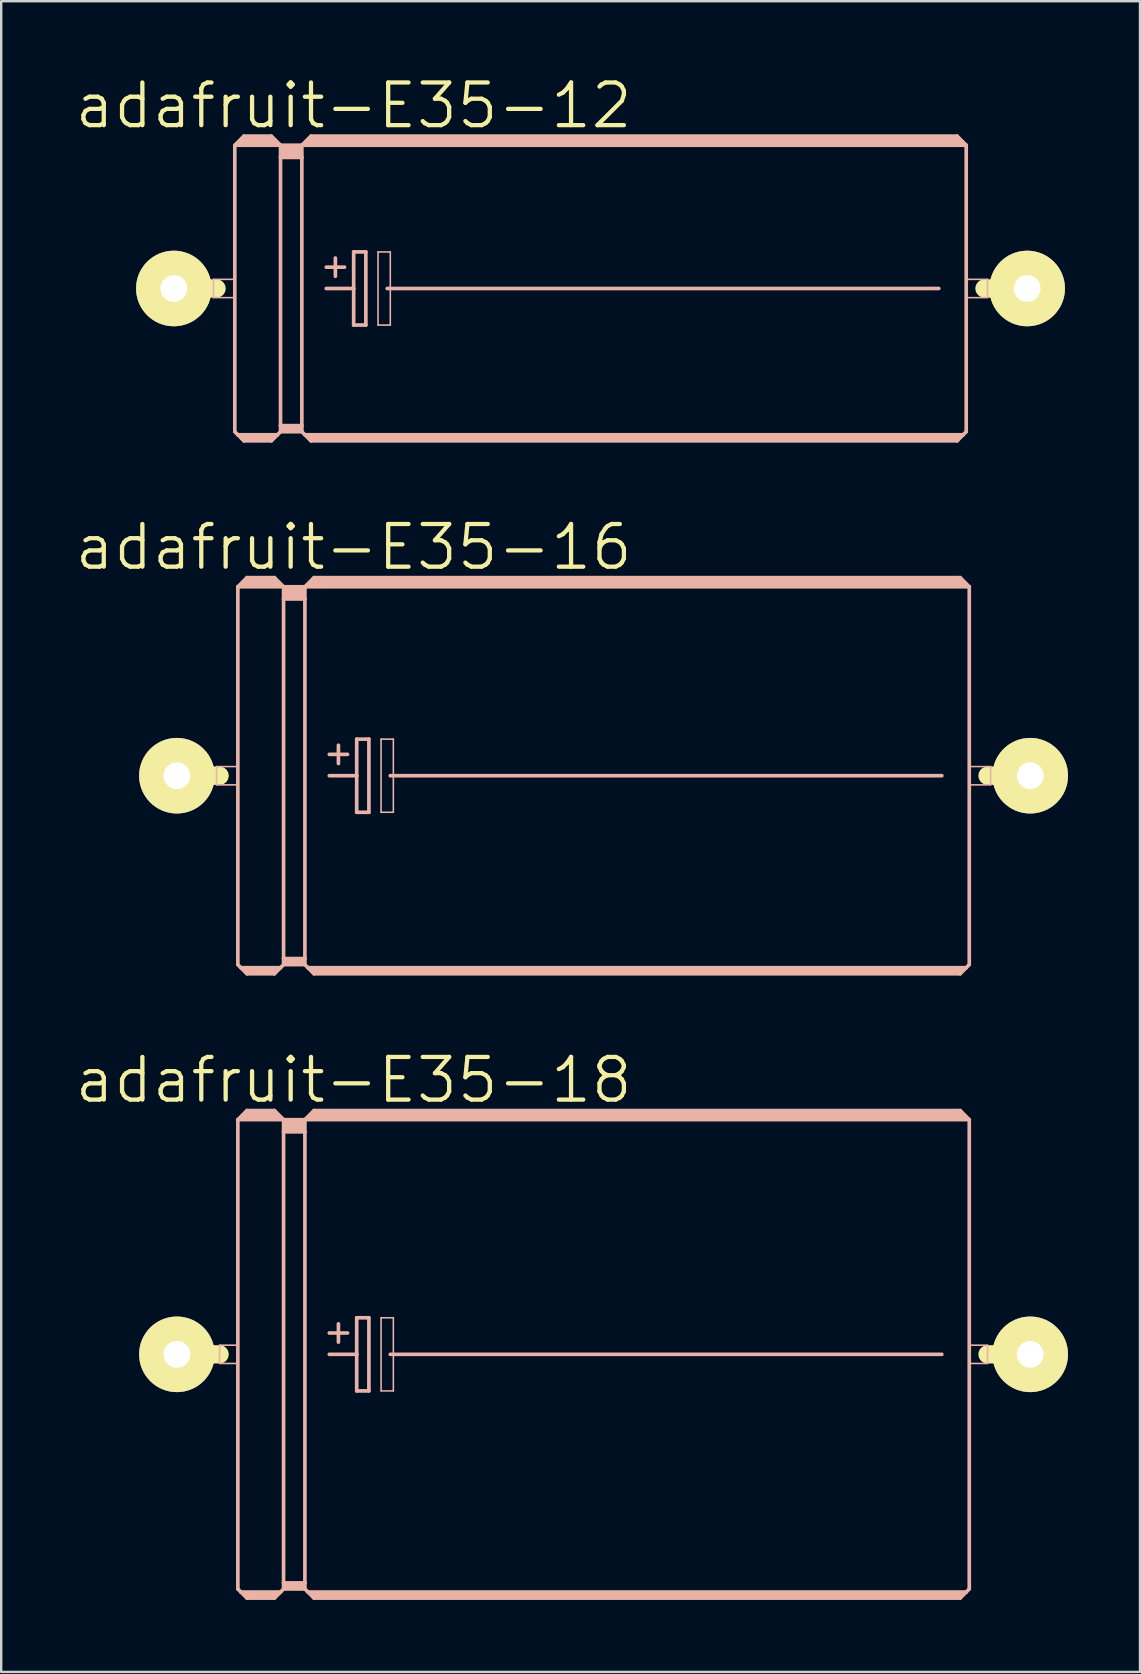
<source format=kicad_pcb>
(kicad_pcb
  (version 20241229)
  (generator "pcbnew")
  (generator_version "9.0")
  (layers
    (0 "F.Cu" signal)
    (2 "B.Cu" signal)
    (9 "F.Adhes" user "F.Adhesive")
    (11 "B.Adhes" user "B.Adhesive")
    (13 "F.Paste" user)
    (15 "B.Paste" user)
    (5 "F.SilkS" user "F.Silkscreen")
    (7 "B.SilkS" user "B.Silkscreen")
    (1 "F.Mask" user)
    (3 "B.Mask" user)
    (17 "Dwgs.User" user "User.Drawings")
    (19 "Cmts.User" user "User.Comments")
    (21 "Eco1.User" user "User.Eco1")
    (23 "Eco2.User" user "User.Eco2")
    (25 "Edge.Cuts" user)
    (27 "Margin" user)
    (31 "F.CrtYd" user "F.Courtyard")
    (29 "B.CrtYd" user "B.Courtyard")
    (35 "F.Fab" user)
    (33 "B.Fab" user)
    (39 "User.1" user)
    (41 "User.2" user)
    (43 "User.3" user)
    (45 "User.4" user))
  (footprint "adafruit-E35-12"
    (layer "F.Cu")
    (at 21.975 8.972)
    (property "Reference" "adafruit-E35-12" (at -10.287 -7.62 0) (layer "F.SilkS") (effects (font (size 1.778 1.778) (thickness 0.178))))
    (attr exclude_from_pos_files exclude_from_bom)
    (fp_line (start -17.78 0) (end -16.002 0) (stroke (width 0.762) (type solid)) (layer "F.SilkS"))
    (fp_line (start 17.78 0) (end 16.002 0) (stroke (width 0.762) (type solid)) (layer "F.SilkS"))
    (fp_line (start -16.129 -0.381) (end -15.24 -0.381) (stroke (width 0.066) (type solid)) (layer "B.SilkS"))
    (fp_line (start -16.129 0.381) (end -16.129 -0.381) (stroke (width 0.066) (type solid)) (layer "B.SilkS"))
    (fp_line (start -16.129 0.381) (end -15.24 0.381) (stroke (width 0.066) (type solid)) (layer "B.SilkS"))
    (fp_line (start -15.24 -5.969) (end -15.24 5.969) (stroke (width 0.152) (type solid)) (layer "B.SilkS"))
    (fp_line (start -15.24 -5.969) (end -14.859 -6.35) (stroke (width 0.152) (type solid)) (layer "B.SilkS"))
    (fp_line (start -15.24 -5.969) (end -13.335 -5.969) (stroke (width 0.152) (type solid)) (layer "B.SilkS"))
    (fp_line (start -15.24 0.381) (end -15.24 -0.381) (stroke (width 0.066) (type solid)) (layer "B.SilkS"))
    (fp_line (start -15.24 5.969) (end -15.113 6.096) (stroke (width 0.152) (type solid)) (layer "B.SilkS"))
    (fp_line (start -15.113 6.096) (end -14.859 6.35) (stroke (width 0.152) (type solid)) (layer "B.SilkS"))
    (fp_line (start -15.113 6.096) (end -13.462 6.096) (stroke (width 0.152) (type solid)) (layer "B.SilkS"))
    (fp_line (start -14.986 -6.096) (end -13.589 -6.096) (stroke (width 0.305) (type solid)) (layer "B.SilkS"))
    (fp_line (start -14.859 -6.35) (end -13.716 -6.35) (stroke (width 0.152) (type solid)) (layer "B.SilkS"))
    (fp_line (start -14.859 -6.223) (end -13.716 -6.223) (stroke (width 0.305) (type solid)) (layer "B.SilkS"))
    (fp_line (start -14.859 6.223) (end -13.716 6.223) (stroke (width 0.305) (type solid)) (layer "B.SilkS"))
    (fp_line (start -14.859 6.35) (end -13.716 6.35) (stroke (width 0.152) (type solid)) (layer "B.SilkS"))
    (fp_line (start -13.462 6.096) (end -13.716 6.35) (stroke (width 0.152) (type solid)) (layer "B.SilkS"))
    (fp_line (start -13.335 -5.969) (end -13.716 -6.35) (stroke (width 0.152) (type solid)) (layer "B.SilkS"))
    (fp_line (start -13.335 -5.969) (end -13.335 -5.461) (stroke (width 0.152) (type solid)) (layer "B.SilkS"))
    (fp_line (start -13.335 -5.969) (end -12.446 -5.969) (stroke (width 0.152) (type solid)) (layer "B.SilkS"))
    (fp_line (start -13.335 -5.461) (end -13.335 5.715) (stroke (width 0.152) (type solid)) (layer "B.SilkS"))
    (fp_line (start -13.335 -5.461) (end -12.446 -5.461) (stroke (width 0.152) (type solid)) (layer "B.SilkS"))
    (fp_line (start -13.335 5.715) (end -13.335 5.969) (stroke (width 0.152) (type solid)) (layer "B.SilkS"))
    (fp_line (start -13.335 5.715) (end -12.446 5.715) (stroke (width 0.152) (type solid)) (layer "B.SilkS"))
    (fp_line (start -13.335 5.969) (end -13.462 6.096) (stroke (width 0.152) (type solid)) (layer "B.SilkS"))
    (fp_line (start -13.335 5.969) (end -12.446 5.969) (stroke (width 0.152) (type solid)) (layer "B.SilkS"))
    (fp_line (start -13.208 -5.842) (end -12.573 -5.842) (stroke (width 0.305) (type solid)) (layer "B.SilkS"))
    (fp_line (start -13.208 -5.588) (end -12.573 -5.588) (stroke (width 0.305) (type solid)) (layer "B.SilkS"))
    (fp_line (start -13.208 5.842) (end -12.573 5.842) (stroke (width 0.305) (type solid)) (layer "B.SilkS"))
    (fp_line (start -12.446 -5.969) (end -12.446 -5.461) (stroke (width 0.152) (type solid)) (layer "B.SilkS"))
    (fp_line (start -12.446 -5.969) (end -12.065 -6.35) (stroke (width 0.152) (type solid)) (layer "B.SilkS"))
    (fp_line (start -12.446 -5.969) (end 15.24 -5.969) (stroke (width 0.152) (type solid)) (layer "B.SilkS"))
    (fp_line (start -12.446 -5.461) (end -12.446 5.715) (stroke (width 0.152) (type solid)) (layer "B.SilkS"))
    (fp_line (start -12.446 5.715) (end -12.446 5.969) (stroke (width 0.152) (type solid)) (layer "B.SilkS"))
    (fp_line (start -12.319 6.096) (end -12.446 5.969) (stroke (width 0.152) (type solid)) (layer "B.SilkS"))
    (fp_line (start -12.319 6.096) (end 15.113 6.096) (stroke (width 0.152) (type solid)) (layer "B.SilkS"))
    (fp_line (start -12.192 -6.096) (end 14.986 -6.096) (stroke (width 0.305) (type solid)) (layer "B.SilkS"))
    (fp_line (start -12.065 -6.223) (end 14.859 -6.223) (stroke (width 0.305) (type solid)) (layer "B.SilkS"))
    (fp_line (start -12.065 6.223) (end 14.859 6.223) (stroke (width 0.305) (type solid)) (layer "B.SilkS"))
    (fp_line (start -12.065 6.35) (end -12.319 6.096) (stroke (width 0.152) (type solid)) (layer "B.SilkS"))
    (fp_line (start -11.43 -0.889) (end -10.668 -0.889) (stroke (width 0.152) (type solid)) (layer "B.SilkS"))
    (fp_line (start -11.43 0) (end -10.287 0) (stroke (width 0.152) (type solid)) (layer "B.SilkS"))
    (fp_line (start -11.049 -1.27) (end -11.049 -0.508) (stroke (width 0.152) (type solid)) (layer "B.SilkS"))
    (fp_line (start -10.287 -1.524) (end -10.287 0) (stroke (width 0.152) (type solid)) (layer "B.SilkS"))
    (fp_line (start -10.287 0) (end -10.287 1.524) (stroke (width 0.152) (type solid)) (layer "B.SilkS"))
    (fp_line (start -10.287 1.524) (end -9.779 1.524) (stroke (width 0.152) (type solid)) (layer "B.SilkS"))
    (fp_line (start -9.779 -1.524) (end -10.287 -1.524) (stroke (width 0.152) (type solid)) (layer "B.SilkS"))
    (fp_line (start -9.779 1.524) (end -9.779 -1.524) (stroke (width 0.152) (type solid)) (layer "B.SilkS"))
    (fp_line (start -9.271 -1.524) (end -8.76 -1.524) (stroke (width 0.066) (type solid)) (layer "B.SilkS"))
    (fp_line (start -9.271 1.524) (end -9.271 -1.524) (stroke (width 0.066) (type solid)) (layer "B.SilkS"))
    (fp_line (start -9.271 1.524) (end -8.76 1.524) (stroke (width 0.066) (type solid)) (layer "B.SilkS"))
    (fp_line (start -8.89 0) (end 14.097 0) (stroke (width 0.152) (type solid)) (layer "B.SilkS"))
    (fp_line (start -8.76 1.524) (end -8.76 -1.524) (stroke (width 0.066) (type solid)) (layer "B.SilkS"))
    (fp_line (start 14.859 -6.35) (end -12.065 -6.35) (stroke (width 0.152) (type solid)) (layer "B.SilkS"))
    (fp_line (start 14.859 6.35) (end -12.065 6.35) (stroke (width 0.152) (type solid)) (layer "B.SilkS"))
    (fp_line (start 15.113 6.096) (end 14.859 6.35) (stroke (width 0.152) (type solid)) (layer "B.SilkS"))
    (fp_line (start 15.24 -5.969) (end 14.859 -6.35) (stroke (width 0.152) (type solid)) (layer "B.SilkS"))
    (fp_line (start 15.24 -5.969) (end 15.24 5.969) (stroke (width 0.152) (type solid)) (layer "B.SilkS"))
    (fp_line (start 15.24 -0.381) (end 16.129 -0.381) (stroke (width 0.066) (type solid)) (layer "B.SilkS"))
    (fp_line (start 15.24 0.381) (end 15.24 -0.381) (stroke (width 0.066) (type solid)) (layer "B.SilkS"))
    (fp_line (start 15.24 0.381) (end 16.129 0.381) (stroke (width 0.066) (type solid)) (layer "B.SilkS"))
    (fp_line (start 15.24 5.969) (end 15.113 6.096) (stroke (width 0.152) (type solid)) (layer "B.SilkS"))
    (fp_line (start 16.129 0.381) (end 16.129 -0.381) (stroke (width 0.066) (type solid)) (layer "B.SilkS"))
    (pad "+" thru_hole circle (at -17.78 0) (size 3.15 3.15) (drill 1.118) (layers "*.Cu" "F.Mask" "F.SilkS" "F.Paste"))
    (pad "-" thru_hole circle (at 17.78 0) (size 3.15 3.15) (drill 1.118) (layers "*.Cu" "F.Mask" "F.SilkS" "F.Paste")))
  (footprint "adafruit-E35-18"
    (layer "F.Cu")
    (at 22.102 53.389)
    (property "Reference" "adafruit-E35-18" (at -10.414 -11.43 0) (layer "F.SilkS") (effects (font (size 1.778 1.778) (thickness 0.178))))
    (attr exclude_from_pos_files exclude_from_bom)
    (fp_line (start -17.78 0) (end -16.002 0) (stroke (width 0.762) (type solid)) (layer "F.SilkS"))
    (fp_line (start 17.78 0) (end 16.002 0) (stroke (width 0.762) (type solid)) (layer "F.SilkS"))
    (fp_line (start -16.002 -0.381) (end -15.24 -0.381) (stroke (width 0.066) (type solid)) (layer "B.SilkS"))
    (fp_line (start -16.002 0.381) (end -16.002 -0.381) (stroke (width 0.066) (type solid)) (layer "B.SilkS"))
    (fp_line (start -16.002 0.381) (end -15.24 0.381) (stroke (width 0.066) (type solid)) (layer "B.SilkS"))
    (fp_line (start -15.24 -9.779) (end -15.24 9.779) (stroke (width 0.152) (type solid)) (layer "B.SilkS"))
    (fp_line (start -15.24 -9.779) (end -14.859 -10.16) (stroke (width 0.152) (type solid)) (layer "B.SilkS"))
    (fp_line (start -15.24 -9.779) (end -13.335 -9.779) (stroke (width 0.152) (type solid)) (layer "B.SilkS"))
    (fp_line (start -15.24 0.381) (end -15.24 -0.381) (stroke (width 0.066) (type solid)) (layer "B.SilkS"))
    (fp_line (start -15.24 9.779) (end -15.113 9.906) (stroke (width 0.152) (type solid)) (layer "B.SilkS"))
    (fp_line (start -15.113 9.906) (end -14.859 10.16) (stroke (width 0.152) (type solid)) (layer "B.SilkS"))
    (fp_line (start -15.113 9.906) (end -13.462 9.906) (stroke (width 0.152) (type solid)) (layer "B.SilkS"))
    (fp_line (start -14.986 -9.906) (end -13.589 -9.906) (stroke (width 0.305) (type solid)) (layer "B.SilkS"))
    (fp_line (start -14.859 -10.16) (end -13.716 -10.16) (stroke (width 0.152) (type solid)) (layer "B.SilkS"))
    (fp_line (start -14.859 -10.033) (end -13.716 -10.033) (stroke (width 0.305) (type solid)) (layer "B.SilkS"))
    (fp_line (start -14.859 10.033) (end -13.716 10.033) (stroke (width 0.305) (type solid)) (layer "B.SilkS"))
    (fp_line (start -14.859 10.16) (end -13.716 10.16) (stroke (width 0.152) (type solid)) (layer "B.SilkS"))
    (fp_line (start -13.462 9.906) (end -13.716 10.16) (stroke (width 0.152) (type solid)) (layer "B.SilkS"))
    (fp_line (start -13.335 -9.779) (end -13.716 -10.16) (stroke (width 0.152) (type solid)) (layer "B.SilkS"))
    (fp_line (start -13.335 -9.779) (end -13.335 -9.271) (stroke (width 0.152) (type solid)) (layer "B.SilkS"))
    (fp_line (start -13.335 -9.779) (end -12.446 -9.779) (stroke (width 0.152) (type solid)) (layer "B.SilkS"))
    (fp_line (start -13.335 -9.271) (end -13.335 9.525) (stroke (width 0.152) (type solid)) (layer "B.SilkS"))
    (fp_line (start -13.335 -9.271) (end -12.446 -9.271) (stroke (width 0.152) (type solid)) (layer "B.SilkS"))
    (fp_line (start -13.335 9.525) (end -13.335 9.779) (stroke (width 0.152) (type solid)) (layer "B.SilkS"))
    (fp_line (start -13.335 9.525) (end -12.446 9.525) (stroke (width 0.152) (type solid)) (layer "B.SilkS"))
    (fp_line (start -13.335 9.779) (end -13.462 9.906) (stroke (width 0.152) (type solid)) (layer "B.SilkS"))
    (fp_line (start -13.335 9.779) (end -12.446 9.779) (stroke (width 0.152) (type solid)) (layer "B.SilkS"))
    (fp_line (start -13.208 -9.652) (end -12.573 -9.652) (stroke (width 0.305) (type solid)) (layer "B.SilkS"))
    (fp_line (start -13.208 -9.398) (end -12.573 -9.398) (stroke (width 0.305) (type solid)) (layer "B.SilkS"))
    (fp_line (start -13.208 9.652) (end -12.573 9.652) (stroke (width 0.305) (type solid)) (layer "B.SilkS"))
    (fp_line (start -12.446 -9.779) (end -12.446 -9.271) (stroke (width 0.152) (type solid)) (layer "B.SilkS"))
    (fp_line (start -12.446 -9.779) (end -12.065 -10.16) (stroke (width 0.152) (type solid)) (layer "B.SilkS"))
    (fp_line (start -12.446 -9.779) (end 15.24 -9.779) (stroke (width 0.152) (type solid)) (layer "B.SilkS"))
    (fp_line (start -12.446 -9.271) (end -12.446 9.525) (stroke (width 0.152) (type solid)) (layer "B.SilkS"))
    (fp_line (start -12.446 9.525) (end -12.446 9.779) (stroke (width 0.152) (type solid)) (layer "B.SilkS"))
    (fp_line (start -12.319 9.906) (end -12.446 9.779) (stroke (width 0.152) (type solid)) (layer "B.SilkS"))
    (fp_line (start -12.319 9.906) (end 15.113 9.906) (stroke (width 0.152) (type solid)) (layer "B.SilkS"))
    (fp_line (start -12.192 -9.906) (end 14.986 -9.906) (stroke (width 0.305) (type solid)) (layer "B.SilkS"))
    (fp_line (start -12.065 -10.033) (end 14.859 -10.033) (stroke (width 0.305) (type solid)) (layer "B.SilkS"))
    (fp_line (start -12.065 10.033) (end 14.859 10.033) (stroke (width 0.305) (type solid)) (layer "B.SilkS"))
    (fp_line (start -12.065 10.16) (end -12.319 9.906) (stroke (width 0.152) (type solid)) (layer "B.SilkS"))
    (fp_line (start -11.43 -0.889) (end -10.668 -0.889) (stroke (width 0.152) (type solid)) (layer "B.SilkS"))
    (fp_line (start -11.43 0) (end -10.287 0) (stroke (width 0.152) (type solid)) (layer "B.SilkS"))
    (fp_line (start -11.049 -1.27) (end -11.049 -0.508) (stroke (width 0.152) (type solid)) (layer "B.SilkS"))
    (fp_line (start -10.287 -1.524) (end -10.287 0) (stroke (width 0.152) (type solid)) (layer "B.SilkS"))
    (fp_line (start -10.287 0) (end -10.287 1.524) (stroke (width 0.152) (type solid)) (layer "B.SilkS"))
    (fp_line (start -10.287 1.524) (end -9.779 1.524) (stroke (width 0.152) (type solid)) (layer "B.SilkS"))
    (fp_line (start -9.779 -1.524) (end -10.287 -1.524) (stroke (width 0.152) (type solid)) (layer "B.SilkS"))
    (fp_line (start -9.779 1.524) (end -9.779 -1.524) (stroke (width 0.152) (type solid)) (layer "B.SilkS"))
    (fp_line (start -9.271 -1.524) (end -8.76 -1.524) (stroke (width 0.066) (type solid)) (layer "B.SilkS"))
    (fp_line (start -9.271 1.524) (end -9.271 -1.524) (stroke (width 0.066) (type solid)) (layer "B.SilkS"))
    (fp_line (start -9.271 1.524) (end -8.76 1.524) (stroke (width 0.066) (type solid)) (layer "B.SilkS"))
    (fp_line (start -8.89 0) (end 14.097 0) (stroke (width 0.152) (type solid)) (layer "B.SilkS"))
    (fp_line (start -8.76 1.524) (end -8.76 -1.524) (stroke (width 0.066) (type solid)) (layer "B.SilkS"))
    (fp_line (start 14.859 -10.16) (end -12.065 -10.16) (stroke (width 0.152) (type solid)) (layer "B.SilkS"))
    (fp_line (start 14.859 10.16) (end -12.065 10.16) (stroke (width 0.152) (type solid)) (layer "B.SilkS"))
    (fp_line (start 15.113 9.906) (end 14.859 10.16) (stroke (width 0.152) (type solid)) (layer "B.SilkS"))
    (fp_line (start 15.24 -9.779) (end 14.859 -10.16) (stroke (width 0.152) (type solid)) (layer "B.SilkS"))
    (fp_line (start 15.24 -9.779) (end 15.24 9.779) (stroke (width 0.152) (type solid)) (layer "B.SilkS"))
    (fp_line (start 15.24 -0.381) (end 16.002 -0.381) (stroke (width 0.066) (type solid)) (layer "B.SilkS"))
    (fp_line (start 15.24 0.381) (end 15.24 -0.381) (stroke (width 0.066) (type solid)) (layer "B.SilkS"))
    (fp_line (start 15.24 0.381) (end 16.002 0.381) (stroke (width 0.066) (type solid)) (layer "B.SilkS"))
    (fp_line (start 15.24 9.779) (end 15.113 9.906) (stroke (width 0.152) (type solid)) (layer "B.SilkS"))
    (fp_line (start 16.002 0.381) (end 16.002 -0.381) (stroke (width 0.066) (type solid)) (layer "B.SilkS"))
    (pad "+" thru_hole circle (at -17.78 0) (size 3.15 3.15) (drill 1.118) (layers "*.Cu" "F.Mask" "F.SilkS" "F.Paste"))
    (pad "-" thru_hole circle (at 17.78 0) (size 3.15 3.15) (drill 1.118) (layers "*.Cu" "F.Mask" "F.SilkS" "F.Paste")))
  (footprint "adafruit-E35-16"
    (layer "F.Cu")
    (at 22.102 29.276)
    (property "Reference" "adafruit-E35-16" (at -10.414 -9.525 0) (layer "F.SilkS") (effects (font (size 1.778 1.778) (thickness 0.178))))
    (attr exclude_from_pos_files exclude_from_bom)
    (fp_line (start -17.78 0) (end -16.002 0) (stroke (width 0.762) (type solid)) (layer "F.SilkS"))
    (fp_line (start 17.78 0) (end 16.002 0) (stroke (width 0.762) (type solid)) (layer "F.SilkS"))
    (fp_line (start -16.129 -0.381) (end -15.24 -0.381) (stroke (width 0.066) (type solid)) (layer "B.SilkS"))
    (fp_line (start -16.129 0.381) (end -16.129 -0.381) (stroke (width 0.066) (type solid)) (layer "B.SilkS"))
    (fp_line (start -16.129 0.381) (end -15.24 0.381) (stroke (width 0.066) (type solid)) (layer "B.SilkS"))
    (fp_line (start -15.24 -7.874) (end -15.24 7.874) (stroke (width 0.152) (type solid)) (layer "B.SilkS"))
    (fp_line (start -15.24 -7.874) (end -14.859 -8.255) (stroke (width 0.152) (type solid)) (layer "B.SilkS"))
    (fp_line (start -15.24 -7.874) (end -13.335 -7.874) (stroke (width 0.152) (type solid)) (layer "B.SilkS"))
    (fp_line (start -15.24 0.381) (end -15.24 -0.381) (stroke (width 0.066) (type solid)) (layer "B.SilkS"))
    (fp_line (start -15.24 7.874) (end -15.113 8.001) (stroke (width 0.152) (type solid)) (layer "B.SilkS"))
    (fp_line (start -15.113 8.001) (end -14.859 8.255) (stroke (width 0.152) (type solid)) (layer "B.SilkS"))
    (fp_line (start -15.113 8.001) (end -13.462 8.001) (stroke (width 0.152) (type solid)) (layer "B.SilkS"))
    (fp_line (start -14.986 -8.001) (end -13.589 -8.001) (stroke (width 0.305) (type solid)) (layer "B.SilkS"))
    (fp_line (start -14.859 -8.255) (end -13.716 -8.255) (stroke (width 0.152) (type solid)) (layer "B.SilkS"))
    (fp_line (start -14.859 -8.128) (end -13.716 -8.128) (stroke (width 0.305) (type solid)) (layer "B.SilkS"))
    (fp_line (start -14.859 8.128) (end -13.716 8.128) (stroke (width 0.305) (type solid)) (layer "B.SilkS"))
    (fp_line (start -14.859 8.255) (end -13.716 8.255) (stroke (width 0.152) (type solid)) (layer "B.SilkS"))
    (fp_line (start -13.462 8.001) (end -13.716 8.255) (stroke (width 0.152) (type solid)) (layer "B.SilkS"))
    (fp_line (start -13.335 -7.874) (end -13.716 -8.255) (stroke (width 0.152) (type solid)) (layer "B.SilkS"))
    (fp_line (start -13.335 -7.874) (end -13.335 -7.366) (stroke (width 0.152) (type solid)) (layer "B.SilkS"))
    (fp_line (start -13.335 -7.874) (end -12.446 -7.874) (stroke (width 0.152) (type solid)) (layer "B.SilkS"))
    (fp_line (start -13.335 -7.366) (end -13.335 7.62) (stroke (width 0.152) (type solid)) (layer "B.SilkS"))
    (fp_line (start -13.335 -7.366) (end -12.446 -7.366) (stroke (width 0.152) (type solid)) (layer "B.SilkS"))
    (fp_line (start -13.335 7.62) (end -13.335 7.874) (stroke (width 0.152) (type solid)) (layer "B.SilkS"))
    (fp_line (start -13.335 7.62) (end -12.446 7.62) (stroke (width 0.152) (type solid)) (layer "B.SilkS"))
    (fp_line (start -13.335 7.874) (end -13.462 8.001) (stroke (width 0.152) (type solid)) (layer "B.SilkS"))
    (fp_line (start -13.335 7.874) (end -12.446 7.874) (stroke (width 0.152) (type solid)) (layer "B.SilkS"))
    (fp_line (start -13.208 -7.747) (end -12.573 -7.747) (stroke (width 0.305) (type solid)) (layer "B.SilkS"))
    (fp_line (start -13.208 -7.493) (end -12.573 -7.493) (stroke (width 0.305) (type solid)) (layer "B.SilkS"))
    (fp_line (start -13.208 7.747) (end -12.573 7.747) (stroke (width 0.305) (type solid)) (layer "B.SilkS"))
    (fp_line (start -12.446 -7.874) (end -12.446 -7.366) (stroke (width 0.152) (type solid)) (layer "B.SilkS"))
    (fp_line (start -12.446 -7.874) (end -12.065 -8.255) (stroke (width 0.152) (type solid)) (layer "B.SilkS"))
    (fp_line (start -12.446 -7.874) (end 15.24 -7.874) (stroke (width 0.152) (type solid)) (layer "B.SilkS"))
    (fp_line (start -12.446 -7.366) (end -12.446 7.62) (stroke (width 0.152) (type solid)) (layer "B.SilkS"))
    (fp_line (start -12.446 7.62) (end -12.446 7.874) (stroke (width 0.152) (type solid)) (layer "B.SilkS"))
    (fp_line (start -12.319 8.001) (end -12.446 7.874) (stroke (width 0.152) (type solid)) (layer "B.SilkS"))
    (fp_line (start -12.319 8.001) (end 15.113 8.001) (stroke (width 0.152) (type solid)) (layer "B.SilkS"))
    (fp_line (start -12.192 -8.001) (end 14.986 -8.001) (stroke (width 0.305) (type solid)) (layer "B.SilkS"))
    (fp_line (start -12.065 -8.128) (end 14.859 -8.128) (stroke (width 0.305) (type solid)) (layer "B.SilkS"))
    (fp_line (start -12.065 8.128) (end 14.859 8.128) (stroke (width 0.305) (type solid)) (layer "B.SilkS"))
    (fp_line (start -12.065 8.255) (end -12.319 8.001) (stroke (width 0.152) (type solid)) (layer "B.SilkS"))
    (fp_line (start -11.43 -0.889) (end -10.668 -0.889) (stroke (width 0.152) (type solid)) (layer "B.SilkS"))
    (fp_line (start -11.43 0) (end -10.287 0) (stroke (width 0.152) (type solid)) (layer "B.SilkS"))
    (fp_line (start -11.049 -1.27) (end -11.049 -0.508) (stroke (width 0.152) (type solid)) (layer "B.SilkS"))
    (fp_line (start -10.287 -1.524) (end -10.287 0) (stroke (width 0.152) (type solid)) (layer "B.SilkS"))
    (fp_line (start -10.287 0) (end -10.287 1.524) (stroke (width 0.152) (type solid)) (layer "B.SilkS"))
    (fp_line (start -10.287 1.524) (end -9.779 1.524) (stroke (width 0.152) (type solid)) (layer "B.SilkS"))
    (fp_line (start -9.779 -1.524) (end -10.287 -1.524) (stroke (width 0.152) (type solid)) (layer "B.SilkS"))
    (fp_line (start -9.779 1.524) (end -9.779 -1.524) (stroke (width 0.152) (type solid)) (layer "B.SilkS"))
    (fp_line (start -9.271 -1.524) (end -8.76 -1.524) (stroke (width 0.066) (type solid)) (layer "B.SilkS"))
    (fp_line (start -9.271 1.524) (end -9.271 -1.524) (stroke (width 0.066) (type solid)) (layer "B.SilkS"))
    (fp_line (start -9.271 1.524) (end -8.76 1.524) (stroke (width 0.066) (type solid)) (layer "B.SilkS"))
    (fp_line (start -8.89 0) (end 14.097 0) (stroke (width 0.152) (type solid)) (layer "B.SilkS"))
    (fp_line (start -8.76 1.524) (end -8.76 -1.524) (stroke (width 0.066) (type solid)) (layer "B.SilkS"))
    (fp_line (start 14.859 -8.255) (end -12.065 -8.255) (stroke (width 0.152) (type solid)) (layer "B.SilkS"))
    (fp_line (start 14.859 8.255) (end -12.065 8.255) (stroke (width 0.152) (type solid)) (layer "B.SilkS"))
    (fp_line (start 15.113 8.001) (end 14.859 8.255) (stroke (width 0.152) (type solid)) (layer "B.SilkS"))
    (fp_line (start 15.24 -7.874) (end 14.859 -8.255) (stroke (width 0.152) (type solid)) (layer "B.SilkS"))
    (fp_line (start 15.24 -7.874) (end 15.24 7.874) (stroke (width 0.152) (type solid)) (layer "B.SilkS"))
    (fp_line (start 15.24 -0.381) (end 16.129 -0.381) (stroke (width 0.066) (type solid)) (layer "B.SilkS"))
    (fp_line (start 15.24 0.381) (end 15.24 -0.381) (stroke (width 0.066) (type solid)) (layer "B.SilkS"))
    (fp_line (start 15.24 0.381) (end 16.129 0.381) (stroke (width 0.066) (type solid)) (layer "B.SilkS"))
    (fp_line (start 15.24 7.874) (end 15.113 8.001) (stroke (width 0.152) (type solid)) (layer "B.SilkS"))
    (fp_line (start 16.129 0.381) (end 16.129 -0.381) (stroke (width 0.066) (type solid)) (layer "B.SilkS"))
    (pad "+" thru_hole circle (at -17.78 0) (size 3.15 3.15) (drill 1.118) (layers "*.Cu" "F.Mask" "F.SilkS" "F.Paste"))
    (pad "-" thru_hole circle (at 17.78 0) (size 3.15 3.15) (drill 1.118) (layers "*.Cu" "F.Mask" "F.SilkS" "F.Paste")))
  (gr_rect
    (start -3 -3)
    (end 44.457 66.625)
    (stroke (width 0.1) (type default))
    (fill no)
    (layer "Edge.Cuts")))
</source>
